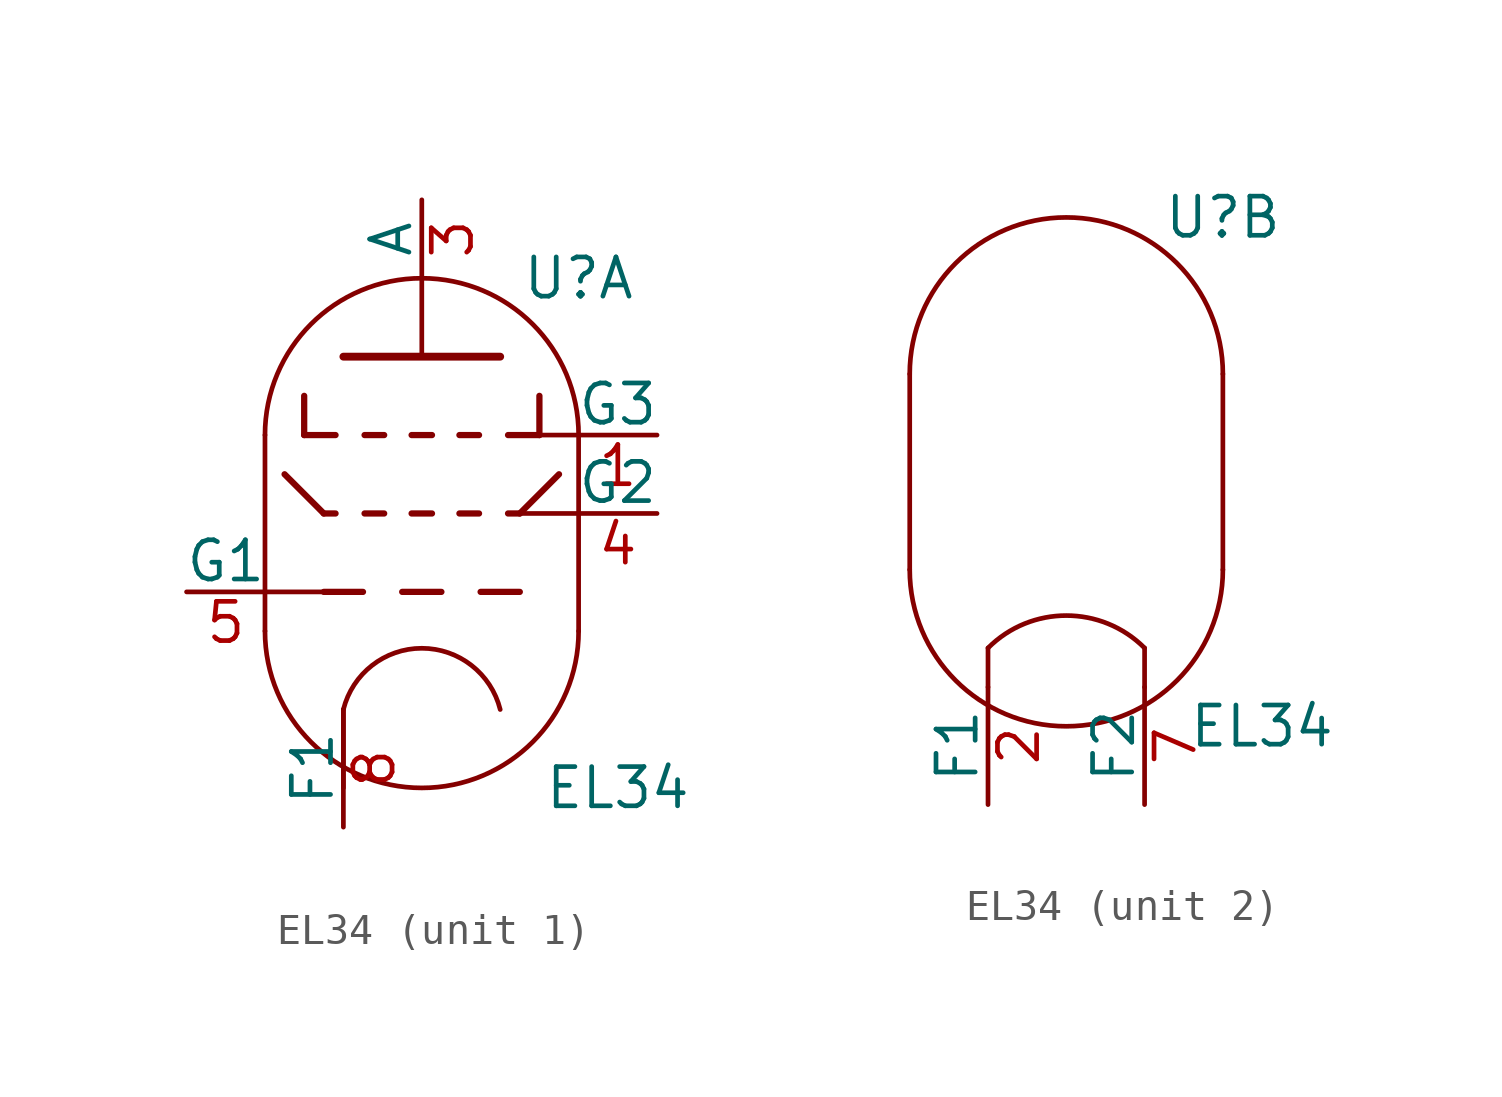
<source format=kicad_sym>
(kicad_symbol_lib
  (version 20211014)
  (generator kicad_symbol_editor)
  (symbol "EL34"
    (pin_names
      (offset 0))
    (property "Reference" "U"
      (at 5.08 8.89 0)
      (effects (font (size 1.27 1.27))))
    (property "Value" "EL34"
      (at 6.35 -7.62 0)
      (effects (font (size 1.27 1.27))))
    (property "ki_locked" ""
      (at 0 0 0)
      (effects (font (size 1.27 1.27))))
    (symbol "EL34_0_1"
      (arc (start -5.08 -2.54) (mid 0 -7.62) (end 5.08 -2.54) (stroke (width 0) (type default) (color 0 0 0 0)) (fill (type none)))
      (polyline (pts (xy -5.08 3.81) (xy -5.08 -2.54) (xy -5.08 -2.54)) (stroke (width 0) (type default) (color 0 0 0 0)) (fill (type none)))
      (polyline (pts (xy 5.08 3.81) (xy 5.08 -2.54) (xy 5.08 -2.54)) (stroke (width 0) (type default) (color 0 0 0 0)) (fill (type none)))
      (arc (start 5.08 3.81) (mid 0 8.89) (end -5.08 3.81) (stroke (width 0) (type default) (color 0 0 0 0)) (fill (type none))))
    (symbol "EL34_1_0"
      (polyline (pts (xy -2.54 -5.08) (xy -2.54 -7.62)) (stroke (width 0) (type default) (color 0 0 0 0)) (fill (type none))))
    (symbol "EL34_1_1"
      (polyline (pts (xy -5.08 -1.27) (xy -3.175 -1.27)) (stroke (width 0) (type default) (color 0 0 0 0)) (fill (type none)))
      (polyline (pts (xy -4.445 2.54) (xy -3.175 1.27)) (stroke (width 0.203) (type default) (color 0 0 0 0)) (fill (type none)))
      (polyline (pts (xy -3.81 3.81) (xy -2.794 3.81)) (stroke (width 0.203) (type default) (color 0 0 0 0)) (fill (type none)))
      (polyline (pts (xy -3.81 5.08) (xy -3.81 3.81)) (stroke (width 0.203) (type default) (color 0 0 0 0)) (fill (type none)))
      (polyline (pts (xy -3.175 1.27) (xy -2.794 1.27)) (stroke (width 0.203) (type default) (color 0 0 0 0)) (fill (type none)))
      (polyline (pts (xy -1.905 -1.27) (xy -3.175 -1.27)) (stroke (width 0.203) (type default) (color 0 0 0 0)) (fill (type none)))
      (polyline (pts (xy -1.854 1.27) (xy -1.219 1.27)) (stroke (width 0.203) (type default) (color 0 0 0 0)) (fill (type none)))
      (polyline (pts (xy -1.854 3.81) (xy -1.219 3.81)) (stroke (width 0.203) (type default) (color 0 0 0 0)) (fill (type none)))
      (polyline (pts (xy -0.635 -1.27) (xy 0.635 -1.27)) (stroke (width 0.203) (type default) (color 0 0 0 0)) (fill (type none)))
      (polyline (pts (xy -0.33 1.27) (xy 0.33 1.27)) (stroke (width 0.203) (type default) (color 0 0 0 0)) (fill (type none)))
      (polyline (pts (xy -0.33 3.81) (xy 0.33 3.81)) (stroke (width 0.203) (type default) (color 0 0 0 0)) (fill (type none)))
      (polyline (pts (xy 0 6.35) (xy 0 8.89)) (stroke (width 0) (type default) (color 0 0 0 0)) (fill (type none)))
      (polyline (pts (xy 1.219 1.27) (xy 1.854 1.27)) (stroke (width 0.203) (type default) (color 0 0 0 0)) (fill (type none)))
      (polyline (pts (xy 1.219 3.81) (xy 1.854 3.81)) (stroke (width 0.203) (type default) (color 0 0 0 0)) (fill (type none)))
      (polyline (pts (xy 1.905 -1.27) (xy 3.175 -1.27)) (stroke (width 0.203) (type default) (color 0 0 0 0)) (fill (type none)))
      (polyline (pts (xy 2.794 1.27) (xy 3.175 1.27)) (stroke (width 0.203) (type default) (color 0 0 0 0)) (fill (type none)))
      (polyline (pts (xy 3.175 1.27) (xy 5.08 1.27)) (stroke (width 0) (type default) (color 0 0 0 0)) (fill (type none)))
      (polyline (pts (xy 3.81 3.81) (xy 2.794 3.81)) (stroke (width 0.203) (type default) (color 0 0 0 0)) (fill (type none)))
      (polyline (pts (xy 3.81 5.08) (xy 3.81 3.81)) (stroke (width 0.203) (type default) (color 0 0 0 0)) (fill (type none)))
      (polyline (pts (xy 3.886 3.81) (xy 5.08 3.81)) (stroke (width 0) (type default) (color 0 0 0 0)) (fill (type none)))
      (polyline (pts (xy 4.445 2.54) (xy 3.175 1.27)) (stroke (width 0.203) (type default) (color 0 0 0 0)) (fill (type none)))
      (polyline (pts (xy -2.54 6.35) (xy 2.54 6.35) (xy 2.54 6.35) (xy 2.54 6.35)) (stroke (width 0.254) (type default) (color 0 0 0 0)) (fill (type none)))
      (arc (start 2.54 -5.08) (mid 0 -3.0968) (end -2.54 -5.08) (stroke (width 0) (type default) (color 0 0 0 0)) (fill (type none)))
      (pin input line (at 7.62 3.81 180) (length 2.54) (name "G3" (effects (font (size 1.27 1.27)))) (number "1" (effects (font (size 1.27 1.27)))))
      (pin output line (at 0 11.43 270) (length 2.54) (name "A" (effects (font (size 1.27 1.27)))) (number "3" (effects (font (size 1.27 1.27)))))
      (pin input line (at 7.62 1.27 180) (length 2.54) (name "G2" (effects (font (size 1.27 1.27)))) (number "4" (effects (font (size 1.27 1.27)))))
      (pin input line (at -7.62 -1.27 0) (length 2.54) (name "G1" (effects (font (size 1.27 1.27)))) (number "5" (effects (font (size 1.27 1.27)))))
      (pin no_connect line (at 7.62 -3.81 180) (length 2.54) hide (name "NC" (effects (font (size 1.27 1.27)))) (number "6" (effects (font (size 1.27 1.27)))))
      (pin power_in line (at -2.54 -8.89 90) (length 3.81) (name "F1" (effects (font (size 1.27 1.27)))) (number "8" (effects (font (size 1.27 1.27))))))
    (symbol "EL34_2_1"
      (polyline (pts (xy -2.54 -6.35) (xy -2.54 -5.08) (xy -2.54 -5.08)) (stroke (width 0) (type default) (color 0 0 0 0)) (fill (type none)))
      (polyline (pts (xy 2.54 -6.35) (xy 2.54 -5.08) (xy 2.54 -5.08)) (stroke (width 0) (type default) (color 0 0 0 0)) (fill (type none)))
      (arc (start 2.54 -5.08) (mid 0 -4.0279) (end -2.54 -5.08) (stroke (width 0) (type default) (color 0 0 0 0)) (fill (type none)))
      (pin power_in line (at -2.54 -10.16 90) (length 3.81) (name "F1" (effects (font (size 1.27 1.27)))) (number "2" (effects (font (size 1.27 1.27)))))
      (pin power_in line (at 2.54 -10.16 90) (length 3.81) (name "F2" (effects (font (size 1.27 1.27)))) (number "7" (effects (font (size 1.27 1.27))))))))
</source>
